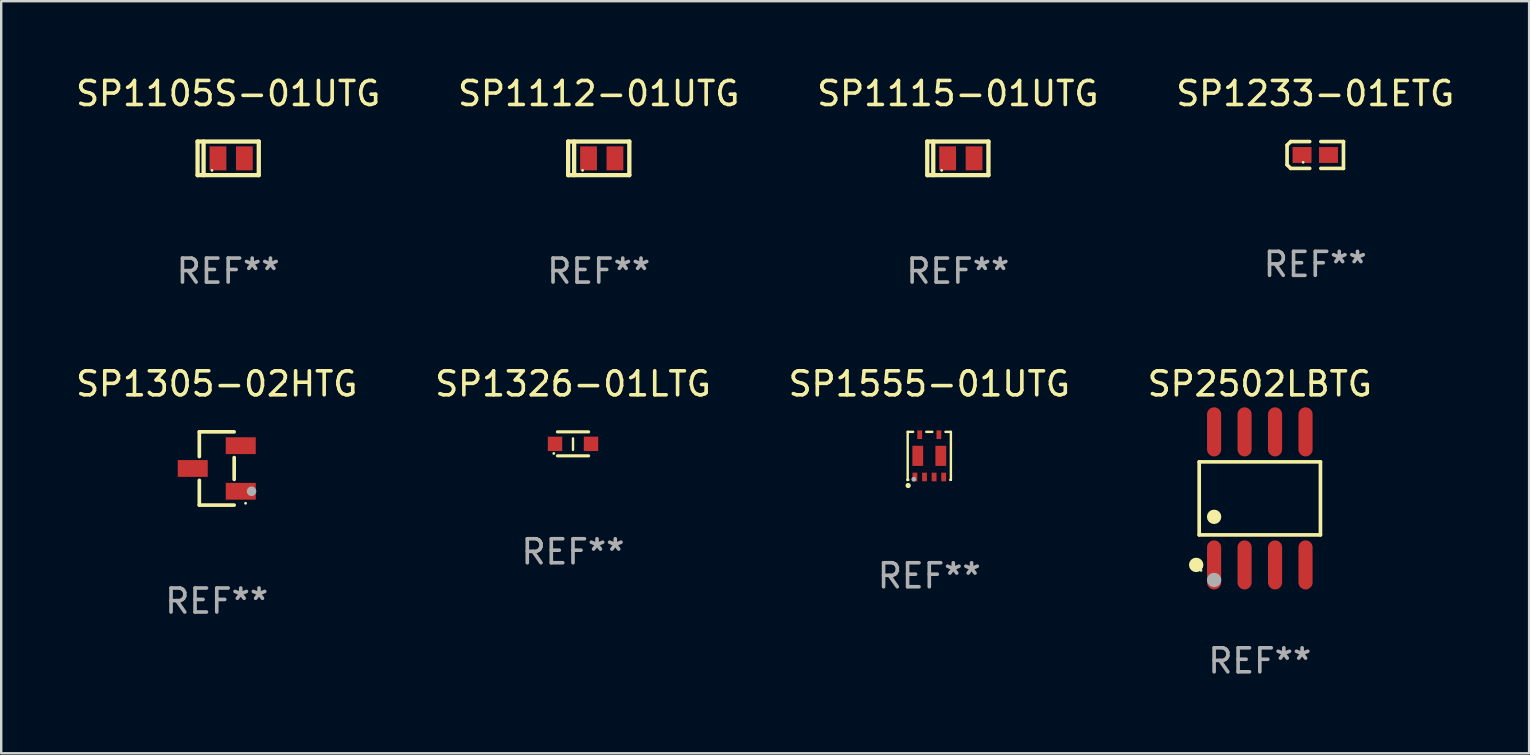
<source format=kicad_pcb>
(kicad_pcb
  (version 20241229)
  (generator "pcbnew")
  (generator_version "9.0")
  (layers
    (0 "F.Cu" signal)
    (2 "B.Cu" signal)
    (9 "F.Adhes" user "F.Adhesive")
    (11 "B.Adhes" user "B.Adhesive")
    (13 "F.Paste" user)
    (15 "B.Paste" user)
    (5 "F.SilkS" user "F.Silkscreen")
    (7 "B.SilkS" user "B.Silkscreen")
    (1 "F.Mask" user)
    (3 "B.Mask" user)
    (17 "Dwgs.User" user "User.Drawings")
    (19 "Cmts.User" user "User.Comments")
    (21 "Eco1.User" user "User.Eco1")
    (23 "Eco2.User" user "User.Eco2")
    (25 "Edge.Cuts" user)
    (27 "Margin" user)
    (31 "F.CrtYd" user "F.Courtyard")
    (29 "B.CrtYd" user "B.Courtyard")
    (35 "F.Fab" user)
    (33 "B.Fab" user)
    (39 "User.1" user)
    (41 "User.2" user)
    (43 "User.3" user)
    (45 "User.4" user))
  (footprint "SP2502LBTG"
    (layer "F.Cu")
    (at 49.446 17.717)
    (property "Reference" "SP2502LBTG" (at 0 -4.772 0) (layer "F.SilkS") (effects (font (size 1 1) (thickness 0.15))))
    (attr through_hole)
    (fp_line (start -2.526 -1.521) (end 2.526 -1.521) (stroke (width 0.152) (type solid)) (layer "F.SilkS"))
    (fp_line (start -2.526 1.521) (end -2.526 -1.521) (stroke (width 0.152) (type solid)) (layer "F.SilkS"))
    (fp_line (start 2.526 -1.521) (end 2.526 1.521) (stroke (width 0.152) (type solid)) (layer "F.SilkS"))
    (fp_line (start 2.526 1.521) (end -2.526 1.521) (stroke (width 0.152) (type solid)) (layer "F.SilkS"))
    (fp_circle (center -2.652 2.772) (end -2.501 2.772) (stroke (width 0.3) (type solid)) (fill no) (layer "F.SilkS"))
    (fp_circle (center -2.45 3) (end -2.42 3) (stroke (width 0.06) (type solid)) (fill no) (layer "F.SilkS"))
    (fp_circle (center -1.905 0.769) (end -1.755 0.769) (stroke (width 0.3) (type solid)) (fill no) (layer "F.SilkS"))
    (fp_circle (center -1.905 3.4) (end -1.755 3.4) (stroke (width 0.3) (type solid)) (fill no) (layer "F.Fab"))
    (fp_text user "REF**" (at 0 6.772 0) (layer "F.Fab") (effects (font (size 1 1) (thickness 0.15))))
    (pad "1" smd oval (at -1.905 2.772) (size 0.588 2.045) (layers "F.Cu" "F.Mask" "F.Paste"))
    (pad "2" smd oval (at -0.635 2.772) (size 0.588 2.045) (layers "F.Cu" "F.Mask" "F.Paste"))
    (pad "3" smd oval (at 0.635 2.772) (size 0.588 2.045) (layers "F.Cu" "F.Mask" "F.Paste"))
    (pad "4" smd oval (at 1.905 2.772) (size 0.588 2.045) (layers "F.Cu" "F.Mask" "F.Paste"))
    (pad "5" smd oval (at 1.905 -2.772) (size 0.588 2.045) (layers "F.Cu" "F.Mask" "F.Paste"))
    (pad "6" smd oval (at 0.635 -2.772) (size 0.588 2.045) (layers "F.Cu" "F.Mask" "F.Paste"))
    (pad "7" smd oval (at -0.635 -2.772) (size 0.588 2.045) (layers "F.Cu" "F.Mask" "F.Paste"))
    (pad "8" smd oval (at -1.905 -2.772) (size 0.588 2.045) (layers "F.Cu" "F.Mask" "F.Paste")))
  (footprint "SP1326-01LTG"
    (layer "F.Cu")
    (at 20.827 15.445)
    (property "Reference" "SP1326-01LTG" (at 0 -2.5 0) (layer "F.SilkS") (effects (font (size 1 1) (thickness 0.15))))
    (attr through_hole)
    (fp_line (start -0.65 -0.5) (end 0.65 -0.5) (stroke (width 0.13) (type solid)) (layer "F.SilkS"))
    (fp_line (start -0.65 0.5) (end 0.65 0.5) (stroke (width 0.13) (type solid)) (layer "F.SilkS"))
    (fp_line (start 0 -0.229) (end 0 0.254) (stroke (width 0.1) (type solid)) (layer "F.SilkS"))
    (fp_circle (center -0.8 0.4) (end -0.77 0.4) (stroke (width 0.06) (type solid)) (fill no) (layer "F.SilkS"))
    (fp_text user "REF**" (at 0 4.5 0) (layer "F.Fab") (effects (font (size 1 1) (thickness 0.15))))
    (pad "1" smd rect (at -0.75 0) (size 0.6 0.6) (layers "F.Cu" "F.Mask" "F.Paste"))
    (pad "2" smd rect (at 0.75 0 180) (size 0.6 0.6) (layers "F.Cu" "F.Mask" "F.Paste")))
  (footprint "SP1112-01UTG"
    (layer "F.Cu")
    (at 21.899 3.548)
    (property "Reference" "SP1112-01UTG" (at 0 -2.7 0) (layer "F.SilkS") (effects (font (size 1 1) (thickness 0.15))))
    (attr through_hole)
    (fp_line (start -1.275 -0.7) (end -1.275 0.7) (stroke (width 0.178) (type solid)) (layer "F.SilkS"))
    (fp_line (start -1.275 -0.7) (end 1.275 -0.7) (stroke (width 0.178) (type solid)) (layer "F.SilkS"))
    (fp_line (start -1.275 0.7) (end 1.275 0.7) (stroke (width 0.178) (type solid)) (layer "F.SilkS"))
    (fp_line (start -1.025 -0.7) (end -1.025 0.7) (stroke (width 0.178) (type solid)) (layer "F.SilkS"))
    (fp_line (start 1.275 -0.7) (end 1.275 0.7) (stroke (width 0.178) (type solid)) (layer "F.SilkS"))
    (fp_circle (center -0.675 0.5) (end -0.645 0.5) (stroke (width 0.06) (type solid)) (fill no) (layer "F.SilkS"))
    (fp_text user "REF**" (at 0 4.7 0) (layer "F.Fab") (effects (font (size 1 1) (thickness 0.15))))
    (pad "1" smd rect (at -0.425 0 90) (size 1 0.7) (layers "F.Cu" "F.Mask" "F.Paste"))
    (pad "2" smd rect (at 0.675 0 90) (size 1 0.7) (layers "F.Cu" "F.Mask" "F.Paste")))
  (footprint "SP1115-01UTG"
    (layer "F.Cu")
    (at 36.863 3.548)
    (property "Reference" "SP1115-01UTG" (at 0 -2.7 0) (layer "F.SilkS") (effects (font (size 1 1) (thickness 0.15))))
    (attr through_hole)
    (fp_line (start -1.275 -0.7) (end -1.275 0.7) (stroke (width 0.178) (type solid)) (layer "F.SilkS"))
    (fp_line (start -1.275 -0.7) (end 1.275 -0.7) (stroke (width 0.178) (type solid)) (layer "F.SilkS"))
    (fp_line (start -1.275 0.7) (end 1.275 0.7) (stroke (width 0.178) (type solid)) (layer "F.SilkS"))
    (fp_line (start -1.025 -0.7) (end -1.025 0.7) (stroke (width 0.178) (type solid)) (layer "F.SilkS"))
    (fp_line (start 1.275 -0.7) (end 1.275 0.7) (stroke (width 0.178) (type solid)) (layer "F.SilkS"))
    (fp_circle (center -0.675 0.5) (end -0.645 0.5) (stroke (width 0.06) (type solid)) (fill no) (layer "F.SilkS"))
    (fp_text user "REF**" (at 0 4.7 0) (layer "F.Fab") (effects (font (size 1 1) (thickness 0.15))))
    (pad "1" smd rect (at -0.425 0 90) (size 1 0.7) (layers "F.Cu" "F.Mask" "F.Paste"))
    (pad "2" smd rect (at 0.675 0 90) (size 1 0.7) (layers "F.Cu" "F.Mask" "F.Paste")))
  (footprint "SP1555-01UTG"
    (layer "F.Cu")
    (at 35.673 15.945)
    (property "Reference" "SP1555-01UTG" (at 0 -3 0) (layer "F.SilkS") (effects (font (size 1 1) (thickness 0.15))))
    (attr through_hole)
    (fp_line (start -0.9 -1) (end -0.674 -1) (stroke (width 0.1) (type solid)) (layer "F.SilkS"))
    (fp_line (start -0.9 1) (end -0.9 -1) (stroke (width 0.1) (type solid)) (layer "F.SilkS"))
    (fp_line (start -0.874 1) (end -0.9 1) (stroke (width 0.1) (type solid)) (layer "F.SilkS"))
    (fp_line (start -0.126 -1) (end 0.126 -1) (stroke (width 0.1) (type solid)) (layer "F.SilkS"))
    (fp_line (start 0.674 -1) (end 0.9 -1) (stroke (width 0.1) (type solid)) (layer "F.SilkS"))
    (fp_line (start 0.9 -1) (end 0.9 1) (stroke (width 0.1) (type solid)) (layer "F.SilkS"))
    (fp_line (start 0.9 1) (end 0.874 1) (stroke (width 0.1) (type solid)) (layer "F.SilkS"))
    (fp_circle (center -0.9 1) (end -0.87 1) (stroke (width 0.06) (type solid)) (fill no) (layer "F.SilkS"))
    (fp_circle (center -0.881 1.237) (end -0.822 1.237) (stroke (width 0.1) (type solid)) (fill no) (layer "F.SilkS"))
    (fp_circle (center -0.646 0.974) (end -0.596 0.974) (stroke (width 0.1) (type solid)) (fill no) (layer "F.Fab"))
    (fp_text user "REF**" (at 0 5 0) (layer "F.Fab") (effects (font (size 1 1) (thickness 0.15))))
    (pad "1" smd rect (at -0.6 0.88) (size 0.2 0.36) (layers "F.Cu" "F.Mask" "F.Paste"))
    (pad "2" smd rect (at -0.2 0.88) (size 0.2 0.36) (layers "F.Cu" "F.Mask" "F.Paste"))
    (pad "3" smd rect (at 0.2 0.88) (size 0.2 0.36) (layers "F.Cu" "F.Mask" "F.Paste"))
    (pad "4" smd rect (at 0.6 0.88) (size 0.2 0.36) (layers "F.Cu" "F.Mask" "F.Paste"))
    (pad "5" smd rect (at 0.4 -0.88) (size 0.2 0.36) (layers "F.Cu" "F.Mask" "F.Paste"))
    (pad "6" smd rect (at -0.4 -0.88) (size 0.2 0.36) (layers "F.Cu" "F.Mask" "F.Paste"))
    (pad "7" smd rect (at -0.48 -0.000025) (size 0.45 0.84) (layers "F.Cu" "F.Mask" "F.Paste"))
    (pad "8" smd rect (at 0.48 -0.000025) (size 0.45 0.84) (layers "F.Cu" "F.Mask" "F.Paste")))
  (footprint "SP1105S-01UTG"
    (layer "F.Cu")
    (at 6.458 3.548)
    (property "Reference" "SP1105S-01UTG" (at 0 -2.7 0) (layer "F.SilkS") (effects (font (size 1 1) (thickness 0.15))))
    (attr through_hole)
    (fp_line (start -1.275 -0.7) (end -1.275 0.7) (stroke (width 0.178) (type solid)) (layer "F.SilkS"))
    (fp_line (start -1.275 -0.7) (end 1.275 -0.7) (stroke (width 0.178) (type solid)) (layer "F.SilkS"))
    (fp_line (start -1.275 0.7) (end 1.275 0.7) (stroke (width 0.178) (type solid)) (layer "F.SilkS"))
    (fp_line (start -1.025 -0.7) (end -1.025 0.7) (stroke (width 0.178) (type solid)) (layer "F.SilkS"))
    (fp_line (start 1.275 -0.7) (end 1.275 0.7) (stroke (width 0.178) (type solid)) (layer "F.SilkS"))
    (fp_circle (center -0.675 0.5) (end -0.645 0.5) (stroke (width 0.06) (type solid)) (fill no) (layer "F.SilkS"))
    (fp_text user "REF**" (at 0 4.7 0) (layer "F.Fab") (effects (font (size 1 1) (thickness 0.15))))
    (pad "1" smd rect (at -0.425 0 90) (size 1 0.7) (layers "F.Cu" "F.Mask" "F.Paste"))
    (pad "2" smd rect (at 0.675 0 90) (size 1 0.7) (layers "F.Cu" "F.Mask" "F.Paste")))
  (footprint "SP1305-02HTG"
    (layer "F.Cu")
    (at 5.982 16.471)
    (property "Reference" "SP1305-02HTG" (at 0 -3.526 0) (layer "F.SilkS") (effects (font (size 1 1) (thickness 0.15))))
    (attr through_hole)
    (fp_line (start -0.726 -1.526) (end -0.726 -0.495) (stroke (width 0.152) (type solid)) (layer "F.SilkS"))
    (fp_line (start -0.726 1.526) (end -0.726 0.495) (stroke (width 0.152) (type solid)) (layer "F.SilkS"))
    (fp_line (start 0.726 -1.526) (end -0.726 -1.526) (stroke (width 0.152) (type solid)) (layer "F.SilkS"))
    (fp_line (start 0.726 -0.455) (end 0.726 0.455) (stroke (width 0.152) (type solid)) (layer "F.SilkS"))
    (fp_line (start 0.726 1.526) (end -0.726 1.526) (stroke (width 0.152) (type solid)) (layer "F.SilkS"))
    (fp_circle (center 1.2 1.45) (end 1.23 1.45) (stroke (width 0.06) (type solid)) (fill no) (layer "F.SilkS"))
    (fp_circle (center 1.45 0.95) (end 1.55 0.95) (stroke (width 0.2) (type solid)) (fill no) (layer "F.Fab"))
    (fp_text user "REF**" (at 0 5.526 0) (layer "F.Fab") (effects (font (size 1 1) (thickness 0.15))))
    (pad "1" smd rect (at 1 0.95) (size 1.25 0.7) (layers "F.Cu" "F.Mask" "F.Paste"))
    (pad "2" smd rect (at 1 -0.95) (size 1.25 0.7) (layers "F.Cu" "F.Mask" "F.Paste"))
    (pad "3" smd rect (at -1 0) (size 1.25 0.7) (layers "F.Cu" "F.Mask" "F.Paste")))
  (footprint "SP1233-01ETG"
    (layer "F.Cu")
    (at 51.756 3.408)
    (property "Reference" "SP1233-01ETG" (at 0 -2.559 0) (layer "F.SilkS") (effects (font (size 1 1) (thickness 0.15))))
    (attr through_hole)
    (fp_line (start -1.175 -0.407) (end -1.023 -0.559) (stroke (width 0.152) (type solid)) (layer "F.SilkS"))
    (fp_line (start -1.175 0.407) (end -1.175 -0.407) (stroke (width 0.152) (type solid)) (layer "F.SilkS"))
    (fp_line (start -1.023 -0.559) (end -0.232 -0.559) (stroke (width 0.152) (type solid)) (layer "F.SilkS"))
    (fp_line (start -1.023 0.559) (end -1.175 0.407) (stroke (width 0.152) (type solid)) (layer "F.SilkS"))
    (fp_line (start -0.232 0.559) (end -1.023 0.559) (stroke (width 0.152) (type solid)) (layer "F.SilkS"))
    (fp_line (start 0.232 0.559) (end 1.175 0.559) (stroke (width 0.152) (type solid)) (layer "F.SilkS"))
    (fp_line (start 1.175 -0.559) (end 0.232 -0.559) (stroke (width 0.152) (type solid)) (layer "F.SilkS"))
    (fp_line (start 1.175 0.559) (end 1.175 -0.559) (stroke (width 0.152) (type solid)) (layer "F.SilkS"))
    (fp_circle (center -0.506 0.306) (end -0.476 0.306) (stroke (width 0.06) (type solid)) (fill no) (layer "F.SilkS"))
    (fp_text user "REF**" (at 0 4.559 0) (layer "F.Fab") (effects (font (size 1 1) (thickness 0.15))))
    (pad "1" smd rect (at -0.551 0) (size 0.79 0.661) (layers "F.Cu" "F.Mask" "F.Paste"))
    (pad "2" smd rect (at 0.551 0) (size 0.79 0.661) (layers "F.Cu" "F.Mask" "F.Paste")))
  (gr_rect
    (start -3 -3)
    (end 60.667 28.338)
    (stroke (width 0.1) (type default))
    (fill no)
    (layer "Edge.Cuts")))
</source>
